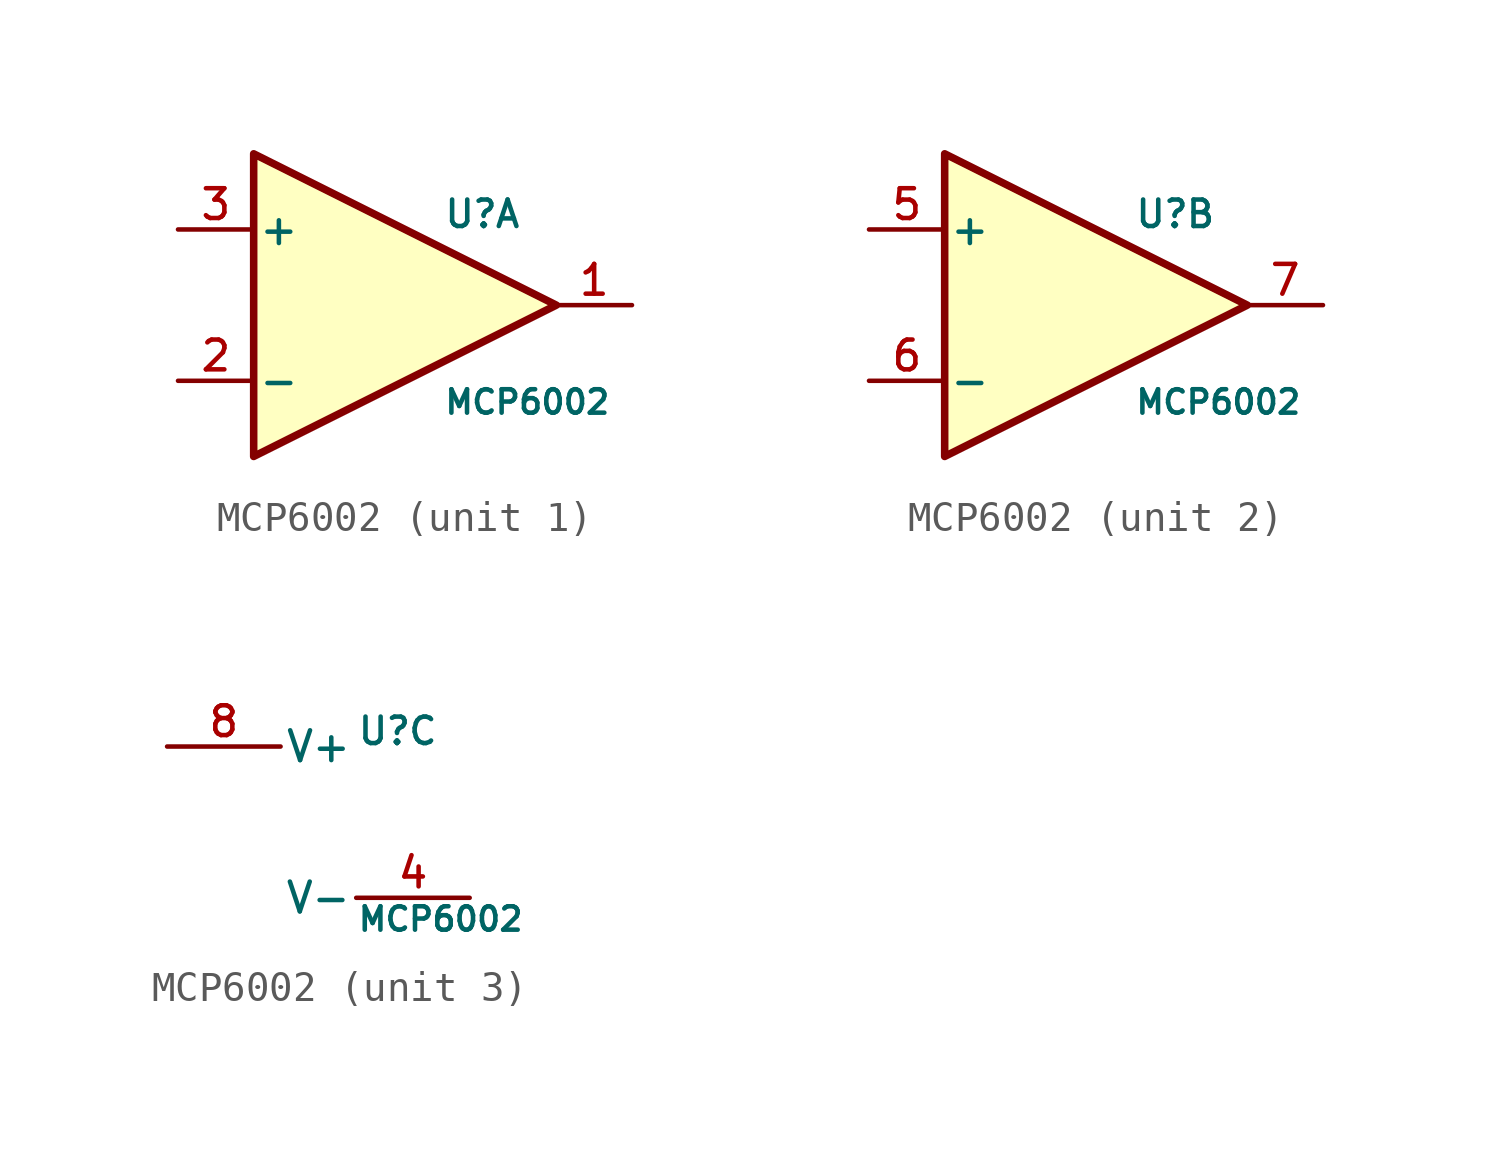
<source format=kicad_sym>
(kicad_symbol_lib
  (version 20231120)
  (generator "kicad_symbol_editor")
  (generator_version "8.0")
  (symbol "MCP6002"
    (pin_names
      (offset 0.127))
    (property "Reference" "U"
      (at 1.27 2.54 0)
      (effects (font (size 0.889 0.889)) (justify left bottom)))
    (property "Value" "MCP6002"
      (at 1.27 -2.794 0)
      (effects (font (size 0.787 0.787)) (justify left top)))
    (property "ki_locked" ""
      (at 0 0 0)
      (effects (font (size 1.27 1.27))))
    (symbol "MCP6002_1_1"
      (polyline (pts (xy -5.08 5.08) (xy 5.08 0) (xy -5.08 -5.08) (xy -5.08 5.08) (xy -5.08 5.08)) (stroke (width 0.254) (type default)) (fill (type background)))
      (pin output line (at 7.62 0 180) (length 2.54) (name "~" (effects (font (size 1 1)))) (number "1" (effects (font (size 1 1)))))
      (pin input line (at -7.62 -2.54 0) (length 2.54) (name "-" (effects (font (size 1 1)))) (number "2" (effects (font (size 1 1)))))
      (pin input line (at -7.62 2.54 0) (length 2.54) (name "+" (effects (font (size 1 1)))) (number "3" (effects (font (size 1 1))))))
    (symbol "MCP6002_2_1"
      (polyline (pts (xy -5.08 5.08) (xy 5.08 0) (xy -5.08 -5.08) (xy -5.08 5.08) (xy -5.08 5.08)) (stroke (width 0.254) (type default)) (fill (type background)))
      (pin input line (at -7.62 2.54 0) (length 2.54) (name "+" (effects (font (size 1 1)))) (number "5" (effects (font (size 1 1)))))
      (pin input line (at -7.62 -2.54 0) (length 2.54) (name "-" (effects (font (size 1 1)))) (number "6" (effects (font (size 1 1)))))
      (pin output line (at 7.62 0 180) (length 2.54) (name "~" (effects (font (size 1 1)))) (number "7" (effects (font (size 1 1))))))
    (symbol "MCP6002_3_1"
      (pin power_in line (at 5.08 -2.54 180) (length 3.81) (name "V-" (effects (font (size 1 1)))) (number "4" (effects (font (size 1 1)))))
      (pin power_in line (at -5.08 2.54 0) (length 3.81) (name "V+" (effects (font (size 1 1)))) (number "8" (effects (font (size 1 1))))))))
</source>
